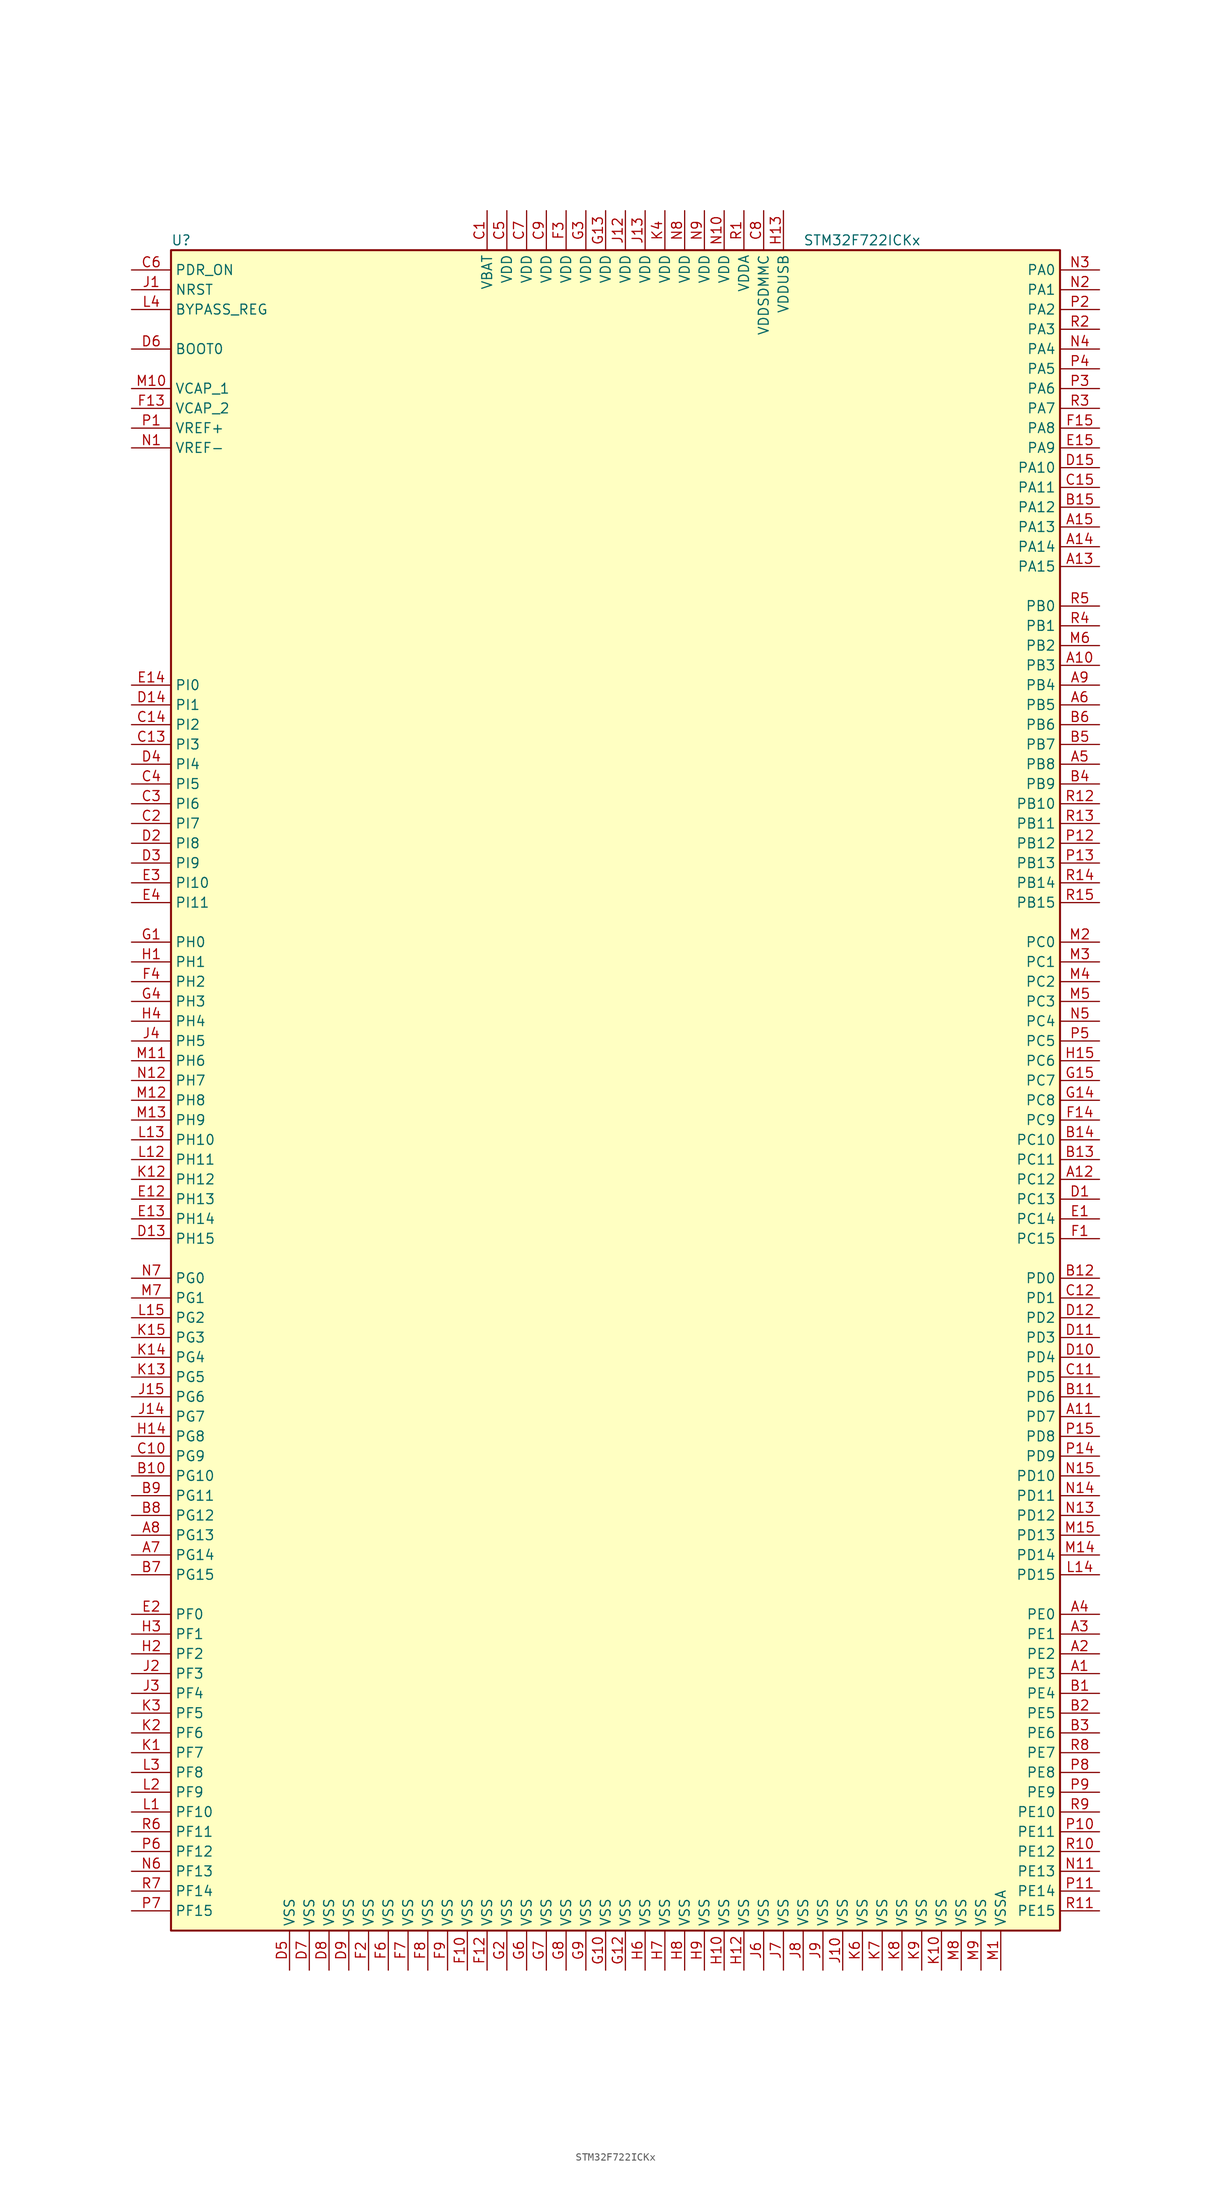
<source format=kicad_sym>
(kicad_symbol_lib
  (version 20201005)
  (generator kicad_symbol_editor)
  (symbol "STM32F722ICKx"
    (property "Reference" "U"
      (at -58.42 107.95 0)
      (effects (font (size 1.27 1.27)) (justify left)))
    (property "Value" "STM32F722ICKx"
      (at 22.86 107.95 0)
      (effects (font (size 1.27 1.27)) (justify left)))
    (symbol "STM32F722ICKx_0_1"
      (rectangle (start -58.42 -109.22) (end 55.88 106.68) (stroke (width 0.254)) (fill (type background))))
    (symbol "STM32F722ICKx_1_1"
      (pin bidirectional line (at 60.96 -76.2 180) (length 5.08) (name "PE3" (effects (font (size 1.27 1.27)))) (number "A1" (effects (font (size 1.27 1.27)))))
      (pin bidirectional line (at 60.96 53.34 180) (length 5.08) (name "PB3" (effects (font (size 1.27 1.27)))) (number "A10" (effects (font (size 1.27 1.27)))))
      (pin bidirectional line (at 60.96 -43.18 180) (length 5.08) (name "PD7" (effects (font (size 1.27 1.27)))) (number "A11" (effects (font (size 1.27 1.27)))))
      (pin bidirectional line (at 60.96 -12.7 180) (length 5.08) (name "PC12" (effects (font (size 1.27 1.27)))) (number "A12" (effects (font (size 1.27 1.27)))))
      (pin bidirectional line (at 60.96 66.04 180) (length 5.08) (name "PA15" (effects (font (size 1.27 1.27)))) (number "A13" (effects (font (size 1.27 1.27)))))
      (pin bidirectional line (at 60.96 68.58 180) (length 5.08) (name "PA14" (effects (font (size 1.27 1.27)))) (number "A14" (effects (font (size 1.27 1.27)))))
      (pin bidirectional line (at 60.96 71.12 180) (length 5.08) (name "PA13" (effects (font (size 1.27 1.27)))) (number "A15" (effects (font (size 1.27 1.27)))))
      (pin bidirectional line (at 60.96 -73.66 180) (length 5.08) (name "PE2" (effects (font (size 1.27 1.27)))) (number "A2" (effects (font (size 1.27 1.27)))))
      (pin bidirectional line (at 60.96 -71.12 180) (length 5.08) (name "PE1" (effects (font (size 1.27 1.27)))) (number "A3" (effects (font (size 1.27 1.27)))))
      (pin bidirectional line (at 60.96 -68.58 180) (length 5.08) (name "PE0" (effects (font (size 1.27 1.27)))) (number "A4" (effects (font (size 1.27 1.27)))))
      (pin bidirectional line (at 60.96 40.64 180) (length 5.08) (name "PB8" (effects (font (size 1.27 1.27)))) (number "A5" (effects (font (size 1.27 1.27)))))
      (pin bidirectional line (at 60.96 48.26 180) (length 5.08) (name "PB5" (effects (font (size 1.27 1.27)))) (number "A6" (effects (font (size 1.27 1.27)))))
      (pin bidirectional line (at -63.5 -60.96 0) (length 5.08) (name "PG14" (effects (font (size 1.27 1.27)))) (number "A7" (effects (font (size 1.27 1.27)))))
      (pin bidirectional line (at -63.5 -58.42 0) (length 5.08) (name "PG13" (effects (font (size 1.27 1.27)))) (number "A8" (effects (font (size 1.27 1.27)))))
      (pin bidirectional line (at 60.96 50.8 180) (length 5.08) (name "PB4" (effects (font (size 1.27 1.27)))) (number "A9" (effects (font (size 1.27 1.27)))))
      (pin bidirectional line (at 60.96 -78.74 180) (length 5.08) (name "PE4" (effects (font (size 1.27 1.27)))) (number "B1" (effects (font (size 1.27 1.27)))))
      (pin bidirectional line (at -63.5 -50.8 0) (length 5.08) (name "PG10" (effects (font (size 1.27 1.27)))) (number "B10" (effects (font (size 1.27 1.27)))))
      (pin bidirectional line (at 60.96 -40.64 180) (length 5.08) (name "PD6" (effects (font (size 1.27 1.27)))) (number "B11" (effects (font (size 1.27 1.27)))))
      (pin bidirectional line (at 60.96 -25.4 180) (length 5.08) (name "PD0" (effects (font (size 1.27 1.27)))) (number "B12" (effects (font (size 1.27 1.27)))))
      (pin bidirectional line (at 60.96 -10.16 180) (length 5.08) (name "PC11" (effects (font (size 1.27 1.27)))) (number "B13" (effects (font (size 1.27 1.27)))))
      (pin bidirectional line (at 60.96 -7.62 180) (length 5.08) (name "PC10" (effects (font (size 1.27 1.27)))) (number "B14" (effects (font (size 1.27 1.27)))))
      (pin bidirectional line (at 60.96 73.66 180) (length 5.08) (name "PA12" (effects (font (size 1.27 1.27)))) (number "B15" (effects (font (size 1.27 1.27)))))
      (pin bidirectional line (at 60.96 -81.28 180) (length 5.08) (name "PE5" (effects (font (size 1.27 1.27)))) (number "B2" (effects (font (size 1.27 1.27)))))
      (pin bidirectional line (at 60.96 -83.82 180) (length 5.08) (name "PE6" (effects (font (size 1.27 1.27)))) (number "B3" (effects (font (size 1.27 1.27)))))
      (pin bidirectional line (at 60.96 38.1 180) (length 5.08) (name "PB9" (effects (font (size 1.27 1.27)))) (number "B4" (effects (font (size 1.27 1.27)))))
      (pin bidirectional line (at 60.96 43.18 180) (length 5.08) (name "PB7" (effects (font (size 1.27 1.27)))) (number "B5" (effects (font (size 1.27 1.27)))))
      (pin bidirectional line (at 60.96 45.72 180) (length 5.08) (name "PB6" (effects (font (size 1.27 1.27)))) (number "B6" (effects (font (size 1.27 1.27)))))
      (pin bidirectional line (at -63.5 -63.5 0) (length 5.08) (name "PG15" (effects (font (size 1.27 1.27)))) (number "B7" (effects (font (size 1.27 1.27)))))
      (pin bidirectional line (at -63.5 -55.88 0) (length 5.08) (name "PG12" (effects (font (size 1.27 1.27)))) (number "B8" (effects (font (size 1.27 1.27)))))
      (pin bidirectional line (at -63.5 -53.34 0) (length 5.08) (name "PG11" (effects (font (size 1.27 1.27)))) (number "B9" (effects (font (size 1.27 1.27)))))
      (pin power_in line (at -17.78 111.76 270) (length 5.08) (name "VBAT" (effects (font (size 1.27 1.27)))) (number "C1" (effects (font (size 1.27 1.27)))))
      (pin bidirectional line (at -63.5 -48.26 0) (length 5.08) (name "PG9" (effects (font (size 1.27 1.27)))) (number "C10" (effects (font (size 1.27 1.27)))))
      (pin bidirectional line (at 60.96 -38.1 180) (length 5.08) (name "PD5" (effects (font (size 1.27 1.27)))) (number "C11" (effects (font (size 1.27 1.27)))))
      (pin bidirectional line (at 60.96 -27.94 180) (length 5.08) (name "PD1" (effects (font (size 1.27 1.27)))) (number "C12" (effects (font (size 1.27 1.27)))))
      (pin bidirectional line (at -63.5 43.18 0) (length 5.08) (name "PI3" (effects (font (size 1.27 1.27)))) (number "C13" (effects (font (size 1.27 1.27)))))
      (pin bidirectional line (at -63.5 45.72 0) (length 5.08) (name "PI2" (effects (font (size 1.27 1.27)))) (number "C14" (effects (font (size 1.27 1.27)))))
      (pin bidirectional line (at 60.96 76.2 180) (length 5.08) (name "PA11" (effects (font (size 1.27 1.27)))) (number "C15" (effects (font (size 1.27 1.27)))))
      (pin bidirectional line (at -63.5 33.02 0) (length 5.08) (name "PI7" (effects (font (size 1.27 1.27)))) (number "C2" (effects (font (size 1.27 1.27)))))
      (pin bidirectional line (at -63.5 35.56 0) (length 5.08) (name "PI6" (effects (font (size 1.27 1.27)))) (number "C3" (effects (font (size 1.27 1.27)))))
      (pin bidirectional line (at -63.5 38.1 0) (length 5.08) (name "PI5" (effects (font (size 1.27 1.27)))) (number "C4" (effects (font (size 1.27 1.27)))))
      (pin power_in line (at -15.24 111.76 270) (length 5.08) (name "VDD" (effects (font (size 1.27 1.27)))) (number "C5" (effects (font (size 1.27 1.27)))))
      (pin input line (at -63.5 104.14 0) (length 5.08) (name "PDR_ON" (effects (font (size 1.27 1.27)))) (number "C6" (effects (font (size 1.27 1.27)))))
      (pin power_in line (at -12.7 111.76 270) (length 5.08) (name "VDD" (effects (font (size 1.27 1.27)))) (number "C7" (effects (font (size 1.27 1.27)))))
      (pin power_in line (at 17.78 111.76 270) (length 5.08) (name "VDDSDMMC" (effects (font (size 1.27 1.27)))) (number "C8" (effects (font (size 1.27 1.27)))))
      (pin power_in line (at -10.16 111.76 270) (length 5.08) (name "VDD" (effects (font (size 1.27 1.27)))) (number "C9" (effects (font (size 1.27 1.27)))))
      (pin bidirectional line (at 60.96 -15.24 180) (length 5.08) (name "PC13" (effects (font (size 1.27 1.27)))) (number "D1" (effects (font (size 1.27 1.27)))))
      (pin bidirectional line (at 60.96 -35.56 180) (length 5.08) (name "PD4" (effects (font (size 1.27 1.27)))) (number "D10" (effects (font (size 1.27 1.27)))))
      (pin bidirectional line (at 60.96 -33.02 180) (length 5.08) (name "PD3" (effects (font (size 1.27 1.27)))) (number "D11" (effects (font (size 1.27 1.27)))))
      (pin bidirectional line (at 60.96 -30.48 180) (length 5.08) (name "PD2" (effects (font (size 1.27 1.27)))) (number "D12" (effects (font (size 1.27 1.27)))))
      (pin bidirectional line (at -63.5 -20.32 0) (length 5.08) (name "PH15" (effects (font (size 1.27 1.27)))) (number "D13" (effects (font (size 1.27 1.27)))))
      (pin bidirectional line (at -63.5 48.26 0) (length 5.08) (name "PI1" (effects (font (size 1.27 1.27)))) (number "D14" (effects (font (size 1.27 1.27)))))
      (pin bidirectional line (at 60.96 78.74 180) (length 5.08) (name "PA10" (effects (font (size 1.27 1.27)))) (number "D15" (effects (font (size 1.27 1.27)))))
      (pin bidirectional line (at -63.5 30.48 0) (length 5.08) (name "PI8" (effects (font (size 1.27 1.27)))) (number "D2" (effects (font (size 1.27 1.27)))))
      (pin bidirectional line (at -63.5 27.94 0) (length 5.08) (name "PI9" (effects (font (size 1.27 1.27)))) (number "D3" (effects (font (size 1.27 1.27)))))
      (pin bidirectional line (at -63.5 40.64 0) (length 5.08) (name "PI4" (effects (font (size 1.27 1.27)))) (number "D4" (effects (font (size 1.27 1.27)))))
      (pin power_in line (at -43.18 -114.3 90) (length 5.08) (name "VSS" (effects (font (size 1.27 1.27)))) (number "D5" (effects (font (size 1.27 1.27)))))
      (pin input line (at -63.5 93.98 0) (length 5.08) (name "BOOT0" (effects (font (size 1.27 1.27)))) (number "D6" (effects (font (size 1.27 1.27)))))
      (pin power_in line (at -40.64 -114.3 90) (length 5.08) (name "VSS" (effects (font (size 1.27 1.27)))) (number "D7" (effects (font (size 1.27 1.27)))))
      (pin power_in line (at -38.1 -114.3 90) (length 5.08) (name "VSS" (effects (font (size 1.27 1.27)))) (number "D8" (effects (font (size 1.27 1.27)))))
      (pin power_in line (at -35.56 -114.3 90) (length 5.08) (name "VSS" (effects (font (size 1.27 1.27)))) (number "D9" (effects (font (size 1.27 1.27)))))
      (pin bidirectional line (at 60.96 -17.78 180) (length 5.08) (name "PC14" (effects (font (size 1.27 1.27)))) (number "E1" (effects (font (size 1.27 1.27)))))
      (pin bidirectional line (at -63.5 -15.24 0) (length 5.08) (name "PH13" (effects (font (size 1.27 1.27)))) (number "E12" (effects (font (size 1.27 1.27)))))
      (pin bidirectional line (at -63.5 -17.78 0) (length 5.08) (name "PH14" (effects (font (size 1.27 1.27)))) (number "E13" (effects (font (size 1.27 1.27)))))
      (pin bidirectional line (at -63.5 50.8 0) (length 5.08) (name "PI0" (effects (font (size 1.27 1.27)))) (number "E14" (effects (font (size 1.27 1.27)))))
      (pin bidirectional line (at 60.96 81.28 180) (length 5.08) (name "PA9" (effects (font (size 1.27 1.27)))) (number "E15" (effects (font (size 1.27 1.27)))))
      (pin bidirectional line (at -63.5 -68.58 0) (length 5.08) (name "PF0" (effects (font (size 1.27 1.27)))) (number "E2" (effects (font (size 1.27 1.27)))))
      (pin bidirectional line (at -63.5 25.4 0) (length 5.08) (name "PI10" (effects (font (size 1.27 1.27)))) (number "E3" (effects (font (size 1.27 1.27)))))
      (pin bidirectional line (at -63.5 22.86 0) (length 5.08) (name "PI11" (effects (font (size 1.27 1.27)))) (number "E4" (effects (font (size 1.27 1.27)))))
      (pin bidirectional line (at 60.96 -20.32 180) (length 5.08) (name "PC15" (effects (font (size 1.27 1.27)))) (number "F1" (effects (font (size 1.27 1.27)))))
      (pin power_in line (at -20.32 -114.3 90) (length 5.08) (name "VSS" (effects (font (size 1.27 1.27)))) (number "F10" (effects (font (size 1.27 1.27)))))
      (pin power_in line (at -17.78 -114.3 90) (length 5.08) (name "VSS" (effects (font (size 1.27 1.27)))) (number "F12" (effects (font (size 1.27 1.27)))))
      (pin power_in line (at -63.5 86.36 0) (length 5.08) (name "VCAP_2" (effects (font (size 1.27 1.27)))) (number "F13" (effects (font (size 1.27 1.27)))))
      (pin bidirectional line (at 60.96 -5.08 180) (length 5.08) (name "PC9" (effects (font (size 1.27 1.27)))) (number "F14" (effects (font (size 1.27 1.27)))))
      (pin bidirectional line (at 60.96 83.82 180) (length 5.08) (name "PA8" (effects (font (size 1.27 1.27)))) (number "F15" (effects (font (size 1.27 1.27)))))
      (pin power_in line (at -33.02 -114.3 90) (length 5.08) (name "VSS" (effects (font (size 1.27 1.27)))) (number "F2" (effects (font (size 1.27 1.27)))))
      (pin power_in line (at -7.62 111.76 270) (length 5.08) (name "VDD" (effects (font (size 1.27 1.27)))) (number "F3" (effects (font (size 1.27 1.27)))))
      (pin bidirectional line (at -63.5 12.7 0) (length 5.08) (name "PH2" (effects (font (size 1.27 1.27)))) (number "F4" (effects (font (size 1.27 1.27)))))
      (pin power_in line (at -30.48 -114.3 90) (length 5.08) (name "VSS" (effects (font (size 1.27 1.27)))) (number "F6" (effects (font (size 1.27 1.27)))))
      (pin power_in line (at -27.94 -114.3 90) (length 5.08) (name "VSS" (effects (font (size 1.27 1.27)))) (number "F7" (effects (font (size 1.27 1.27)))))
      (pin power_in line (at -25.4 -114.3 90) (length 5.08) (name "VSS" (effects (font (size 1.27 1.27)))) (number "F8" (effects (font (size 1.27 1.27)))))
      (pin power_in line (at -22.86 -114.3 90) (length 5.08) (name "VSS" (effects (font (size 1.27 1.27)))) (number "F9" (effects (font (size 1.27 1.27)))))
      (pin input line (at -63.5 17.78 0) (length 5.08) (name "PH0" (effects (font (size 1.27 1.27)))) (number "G1" (effects (font (size 1.27 1.27)))))
      (pin power_in line (at -2.54 -114.3 90) (length 5.08) (name "VSS" (effects (font (size 1.27 1.27)))) (number "G10" (effects (font (size 1.27 1.27)))))
      (pin power_in line (at 0 -114.3 90) (length 5.08) (name "VSS" (effects (font (size 1.27 1.27)))) (number "G12" (effects (font (size 1.27 1.27)))))
      (pin power_in line (at -2.54 111.76 270) (length 5.08) (name "VDD" (effects (font (size 1.27 1.27)))) (number "G13" (effects (font (size 1.27 1.27)))))
      (pin bidirectional line (at 60.96 -2.54 180) (length 5.08) (name "PC8" (effects (font (size 1.27 1.27)))) (number "G14" (effects (font (size 1.27 1.27)))))
      (pin bidirectional line (at 60.96 0 180) (length 5.08) (name "PC7" (effects (font (size 1.27 1.27)))) (number "G15" (effects (font (size 1.27 1.27)))))
      (pin power_in line (at -15.24 -114.3 90) (length 5.08) (name "VSS" (effects (font (size 1.27 1.27)))) (number "G2" (effects (font (size 1.27 1.27)))))
      (pin power_in line (at -5.08 111.76 270) (length 5.08) (name "VDD" (effects (font (size 1.27 1.27)))) (number "G3" (effects (font (size 1.27 1.27)))))
      (pin bidirectional line (at -63.5 10.16 0) (length 5.08) (name "PH3" (effects (font (size 1.27 1.27)))) (number "G4" (effects (font (size 1.27 1.27)))))
      (pin power_in line (at -12.7 -114.3 90) (length 5.08) (name "VSS" (effects (font (size 1.27 1.27)))) (number "G6" (effects (font (size 1.27 1.27)))))
      (pin power_in line (at -10.16 -114.3 90) (length 5.08) (name "VSS" (effects (font (size 1.27 1.27)))) (number "G7" (effects (font (size 1.27 1.27)))))
      (pin power_in line (at -7.62 -114.3 90) (length 5.08) (name "VSS" (effects (font (size 1.27 1.27)))) (number "G8" (effects (font (size 1.27 1.27)))))
      (pin power_in line (at -5.08 -114.3 90) (length 5.08) (name "VSS" (effects (font (size 1.27 1.27)))) (number "G9" (effects (font (size 1.27 1.27)))))
      (pin input line (at -63.5 15.24 0) (length 5.08) (name "PH1" (effects (font (size 1.27 1.27)))) (number "H1" (effects (font (size 1.27 1.27)))))
      (pin power_in line (at 12.7 -114.3 90) (length 5.08) (name "VSS" (effects (font (size 1.27 1.27)))) (number "H10" (effects (font (size 1.27 1.27)))))
      (pin power_in line (at 15.24 -114.3 90) (length 5.08) (name "VSS" (effects (font (size 1.27 1.27)))) (number "H12" (effects (font (size 1.27 1.27)))))
      (pin power_in line (at 20.32 111.76 270) (length 5.08) (name "VDDUSB" (effects (font (size 1.27 1.27)))) (number "H13" (effects (font (size 1.27 1.27)))))
      (pin bidirectional line (at -63.5 -45.72 0) (length 5.08) (name "PG8" (effects (font (size 1.27 1.27)))) (number "H14" (effects (font (size 1.27 1.27)))))
      (pin bidirectional line (at 60.96 2.54 180) (length 5.08) (name "PC6" (effects (font (size 1.27 1.27)))) (number "H15" (effects (font (size 1.27 1.27)))))
      (pin bidirectional line (at -63.5 -73.66 0) (length 5.08) (name "PF2" (effects (font (size 1.27 1.27)))) (number "H2" (effects (font (size 1.27 1.27)))))
      (pin bidirectional line (at -63.5 -71.12 0) (length 5.08) (name "PF1" (effects (font (size 1.27 1.27)))) (number "H3" (effects (font (size 1.27 1.27)))))
      (pin bidirectional line (at -63.5 7.62 0) (length 5.08) (name "PH4" (effects (font (size 1.27 1.27)))) (number "H4" (effects (font (size 1.27 1.27)))))
      (pin power_in line (at 2.54 -114.3 90) (length 5.08) (name "VSS" (effects (font (size 1.27 1.27)))) (number "H6" (effects (font (size 1.27 1.27)))))
      (pin power_in line (at 5.08 -114.3 90) (length 5.08) (name "VSS" (effects (font (size 1.27 1.27)))) (number "H7" (effects (font (size 1.27 1.27)))))
      (pin power_in line (at 7.62 -114.3 90) (length 5.08) (name "VSS" (effects (font (size 1.27 1.27)))) (number "H8" (effects (font (size 1.27 1.27)))))
      (pin power_in line (at 10.16 -114.3 90) (length 5.08) (name "VSS" (effects (font (size 1.27 1.27)))) (number "H9" (effects (font (size 1.27 1.27)))))
      (pin input line (at -63.5 101.6 0) (length 5.08) (name "NRST" (effects (font (size 1.27 1.27)))) (number "J1" (effects (font (size 1.27 1.27)))))
      (pin power_in line (at 27.94 -114.3 90) (length 5.08) (name "VSS" (effects (font (size 1.27 1.27)))) (number "J10" (effects (font (size 1.27 1.27)))))
      (pin power_in line (at 0 111.76 270) (length 5.08) (name "VDD" (effects (font (size 1.27 1.27)))) (number "J12" (effects (font (size 1.27 1.27)))))
      (pin power_in line (at 2.54 111.76 270) (length 5.08) (name "VDD" (effects (font (size 1.27 1.27)))) (number "J13" (effects (font (size 1.27 1.27)))))
      (pin bidirectional line (at -63.5 -43.18 0) (length 5.08) (name "PG7" (effects (font (size 1.27 1.27)))) (number "J14" (effects (font (size 1.27 1.27)))))
      (pin bidirectional line (at -63.5 -40.64 0) (length 5.08) (name "PG6" (effects (font (size 1.27 1.27)))) (number "J15" (effects (font (size 1.27 1.27)))))
      (pin bidirectional line (at -63.5 -76.2 0) (length 5.08) (name "PF3" (effects (font (size 1.27 1.27)))) (number "J2" (effects (font (size 1.27 1.27)))))
      (pin bidirectional line (at -63.5 -78.74 0) (length 5.08) (name "PF4" (effects (font (size 1.27 1.27)))) (number "J3" (effects (font (size 1.27 1.27)))))
      (pin bidirectional line (at -63.5 5.08 0) (length 5.08) (name "PH5" (effects (font (size 1.27 1.27)))) (number "J4" (effects (font (size 1.27 1.27)))))
      (pin power_in line (at 17.78 -114.3 90) (length 5.08) (name "VSS" (effects (font (size 1.27 1.27)))) (number "J6" (effects (font (size 1.27 1.27)))))
      (pin power_in line (at 20.32 -114.3 90) (length 5.08) (name "VSS" (effects (font (size 1.27 1.27)))) (number "J7" (effects (font (size 1.27 1.27)))))
      (pin power_in line (at 22.86 -114.3 90) (length 5.08) (name "VSS" (effects (font (size 1.27 1.27)))) (number "J8" (effects (font (size 1.27 1.27)))))
      (pin power_in line (at 25.4 -114.3 90) (length 5.08) (name "VSS" (effects (font (size 1.27 1.27)))) (number "J9" (effects (font (size 1.27 1.27)))))
      (pin bidirectional line (at -63.5 -86.36 0) (length 5.08) (name "PF7" (effects (font (size 1.27 1.27)))) (number "K1" (effects (font (size 1.27 1.27)))))
      (pin power_in line (at 40.64 -114.3 90) (length 5.08) (name "VSS" (effects (font (size 1.27 1.27)))) (number "K10" (effects (font (size 1.27 1.27)))))
      (pin bidirectional line (at -63.5 -12.7 0) (length 5.08) (name "PH12" (effects (font (size 1.27 1.27)))) (number "K12" (effects (font (size 1.27 1.27)))))
      (pin bidirectional line (at -63.5 -38.1 0) (length 5.08) (name "PG5" (effects (font (size 1.27 1.27)))) (number "K13" (effects (font (size 1.27 1.27)))))
      (pin bidirectional line (at -63.5 -35.56 0) (length 5.08) (name "PG4" (effects (font (size 1.27 1.27)))) (number "K14" (effects (font (size 1.27 1.27)))))
      (pin bidirectional line (at -63.5 -33.02 0) (length 5.08) (name "PG3" (effects (font (size 1.27 1.27)))) (number "K15" (effects (font (size 1.27 1.27)))))
      (pin bidirectional line (at -63.5 -83.82 0) (length 5.08) (name "PF6" (effects (font (size 1.27 1.27)))) (number "K2" (effects (font (size 1.27 1.27)))))
      (pin bidirectional line (at -63.5 -81.28 0) (length 5.08) (name "PF5" (effects (font (size 1.27 1.27)))) (number "K3" (effects (font (size 1.27 1.27)))))
      (pin power_in line (at 5.08 111.76 270) (length 5.08) (name "VDD" (effects (font (size 1.27 1.27)))) (number "K4" (effects (font (size 1.27 1.27)))))
      (pin power_in line (at 30.48 -114.3 90) (length 5.08) (name "VSS" (effects (font (size 1.27 1.27)))) (number "K6" (effects (font (size 1.27 1.27)))))
      (pin power_in line (at 33.02 -114.3 90) (length 5.08) (name "VSS" (effects (font (size 1.27 1.27)))) (number "K7" (effects (font (size 1.27 1.27)))))
      (pin power_in line (at 35.56 -114.3 90) (length 5.08) (name "VSS" (effects (font (size 1.27 1.27)))) (number "K8" (effects (font (size 1.27 1.27)))))
      (pin power_in line (at 38.1 -114.3 90) (length 5.08) (name "VSS" (effects (font (size 1.27 1.27)))) (number "K9" (effects (font (size 1.27 1.27)))))
      (pin bidirectional line (at -63.5 -93.98 0) (length 5.08) (name "PF10" (effects (font (size 1.27 1.27)))) (number "L1" (effects (font (size 1.27 1.27)))))
      (pin bidirectional line (at -63.5 -10.16 0) (length 5.08) (name "PH11" (effects (font (size 1.27 1.27)))) (number "L12" (effects (font (size 1.27 1.27)))))
      (pin bidirectional line (at -63.5 -7.62 0) (length 5.08) (name "PH10" (effects (font (size 1.27 1.27)))) (number "L13" (effects (font (size 1.27 1.27)))))
      (pin bidirectional line (at 60.96 -63.5 180) (length 5.08) (name "PD15" (effects (font (size 1.27 1.27)))) (number "L14" (effects (font (size 1.27 1.27)))))
      (pin bidirectional line (at -63.5 -30.48 0) (length 5.08) (name "PG2" (effects (font (size 1.27 1.27)))) (number "L15" (effects (font (size 1.27 1.27)))))
      (pin bidirectional line (at -63.5 -91.44 0) (length 5.08) (name "PF9" (effects (font (size 1.27 1.27)))) (number "L2" (effects (font (size 1.27 1.27)))))
      (pin bidirectional line (at -63.5 -88.9 0) (length 5.08) (name "PF8" (effects (font (size 1.27 1.27)))) (number "L3" (effects (font (size 1.27 1.27)))))
      (pin input line (at -63.5 99.06 0) (length 5.08) (name "BYPASS_REG" (effects (font (size 1.27 1.27)))) (number "L4" (effects (font (size 1.27 1.27)))))
      (pin power_in line (at 48.26 -114.3 90) (length 5.08) (name "VSSA" (effects (font (size 1.27 1.27)))) (number "M1" (effects (font (size 1.27 1.27)))))
      (pin power_in line (at -63.5 88.9 0) (length 5.08) (name "VCAP_1" (effects (font (size 1.27 1.27)))) (number "M10" (effects (font (size 1.27 1.27)))))
      (pin bidirectional line (at -63.5 2.54 0) (length 5.08) (name "PH6" (effects (font (size 1.27 1.27)))) (number "M11" (effects (font (size 1.27 1.27)))))
      (pin bidirectional line (at -63.5 -2.54 0) (length 5.08) (name "PH8" (effects (font (size 1.27 1.27)))) (number "M12" (effects (font (size 1.27 1.27)))))
      (pin bidirectional line (at -63.5 -5.08 0) (length 5.08) (name "PH9" (effects (font (size 1.27 1.27)))) (number "M13" (effects (font (size 1.27 1.27)))))
      (pin bidirectional line (at 60.96 -60.96 180) (length 5.08) (name "PD14" (effects (font (size 1.27 1.27)))) (number "M14" (effects (font (size 1.27 1.27)))))
      (pin bidirectional line (at 60.96 -58.42 180) (length 5.08) (name "PD13" (effects (font (size 1.27 1.27)))) (number "M15" (effects (font (size 1.27 1.27)))))
      (pin bidirectional line (at 60.96 17.78 180) (length 5.08) (name "PC0" (effects (font (size 1.27 1.27)))) (number "M2" (effects (font (size 1.27 1.27)))))
      (pin bidirectional line (at 60.96 15.24 180) (length 5.08) (name "PC1" (effects (font (size 1.27 1.27)))) (number "M3" (effects (font (size 1.27 1.27)))))
      (pin bidirectional line (at 60.96 12.7 180) (length 5.08) (name "PC2" (effects (font (size 1.27 1.27)))) (number "M4" (effects (font (size 1.27 1.27)))))
      (pin bidirectional line (at 60.96 10.16 180) (length 5.08) (name "PC3" (effects (font (size 1.27 1.27)))) (number "M5" (effects (font (size 1.27 1.27)))))
      (pin bidirectional line (at 60.96 55.88 180) (length 5.08) (name "PB2" (effects (font (size 1.27 1.27)))) (number "M6" (effects (font (size 1.27 1.27)))))
      (pin bidirectional line (at -63.5 -27.94 0) (length 5.08) (name "PG1" (effects (font (size 1.27 1.27)))) (number "M7" (effects (font (size 1.27 1.27)))))
      (pin power_in line (at 43.18 -114.3 90) (length 5.08) (name "VSS" (effects (font (size 1.27 1.27)))) (number "M8" (effects (font (size 1.27 1.27)))))
      (pin power_in line (at 45.72 -114.3 90) (length 5.08) (name "VSS" (effects (font (size 1.27 1.27)))) (number "M9" (effects (font (size 1.27 1.27)))))
      (pin power_in line (at -63.5 81.28 0) (length 5.08) (name "VREF-" (effects (font (size 1.27 1.27)))) (number "N1" (effects (font (size 1.27 1.27)))))
      (pin power_in line (at 12.7 111.76 270) (length 5.08) (name "VDD" (effects (font (size 1.27 1.27)))) (number "N10" (effects (font (size 1.27 1.27)))))
      (pin bidirectional line (at 60.96 -101.6 180) (length 5.08) (name "PE13" (effects (font (size 1.27 1.27)))) (number "N11" (effects (font (size 1.27 1.27)))))
      (pin bidirectional line (at -63.5 0 0) (length 5.08) (name "PH7" (effects (font (size 1.27 1.27)))) (number "N12" (effects (font (size 1.27 1.27)))))
      (pin bidirectional line (at 60.96 -55.88 180) (length 5.08) (name "PD12" (effects (font (size 1.27 1.27)))) (number "N13" (effects (font (size 1.27 1.27)))))
      (pin bidirectional line (at 60.96 -53.34 180) (length 5.08) (name "PD11" (effects (font (size 1.27 1.27)))) (number "N14" (effects (font (size 1.27 1.27)))))
      (pin bidirectional line (at 60.96 -50.8 180) (length 5.08) (name "PD10" (effects (font (size 1.27 1.27)))) (number "N15" (effects (font (size 1.27 1.27)))))
      (pin bidirectional line (at 60.96 101.6 180) (length 5.08) (name "PA1" (effects (font (size 1.27 1.27)))) (number "N2" (effects (font (size 1.27 1.27)))))
      (pin bidirectional line (at 60.96 104.14 180) (length 5.08) (name "PA0" (effects (font (size 1.27 1.27)))) (number "N3" (effects (font (size 1.27 1.27)))))
      (pin bidirectional line (at 60.96 93.98 180) (length 5.08) (name "PA4" (effects (font (size 1.27 1.27)))) (number "N4" (effects (font (size 1.27 1.27)))))
      (pin bidirectional line (at 60.96 7.62 180) (length 5.08) (name "PC4" (effects (font (size 1.27 1.27)))) (number "N5" (effects (font (size 1.27 1.27)))))
      (pin bidirectional line (at -63.5 -101.6 0) (length 5.08) (name "PF13" (effects (font (size 1.27 1.27)))) (number "N6" (effects (font (size 1.27 1.27)))))
      (pin bidirectional line (at -63.5 -25.4 0) (length 5.08) (name "PG0" (effects (font (size 1.27 1.27)))) (number "N7" (effects (font (size 1.27 1.27)))))
      (pin power_in line (at 7.62 111.76 270) (length 5.08) (name "VDD" (effects (font (size 1.27 1.27)))) (number "N8" (effects (font (size 1.27 1.27)))))
      (pin power_in line (at 10.16 111.76 270) (length 5.08) (name "VDD" (effects (font (size 1.27 1.27)))) (number "N9" (effects (font (size 1.27 1.27)))))
      (pin power_in line (at -63.5 83.82 0) (length 5.08) (name "VREF+" (effects (font (size 1.27 1.27)))) (number "P1" (effects (font (size 1.27 1.27)))))
      (pin bidirectional line (at 60.96 -96.52 180) (length 5.08) (name "PE11" (effects (font (size 1.27 1.27)))) (number "P10" (effects (font (size 1.27 1.27)))))
      (pin bidirectional line (at 60.96 -104.14 180) (length 5.08) (name "PE14" (effects (font (size 1.27 1.27)))) (number "P11" (effects (font (size 1.27 1.27)))))
      (pin bidirectional line (at 60.96 30.48 180) (length 5.08) (name "PB12" (effects (font (size 1.27 1.27)))) (number "P12" (effects (font (size 1.27 1.27)))))
      (pin bidirectional line (at 60.96 27.94 180) (length 5.08) (name "PB13" (effects (font (size 1.27 1.27)))) (number "P13" (effects (font (size 1.27 1.27)))))
      (pin bidirectional line (at 60.96 -48.26 180) (length 5.08) (name "PD9" (effects (font (size 1.27 1.27)))) (number "P14" (effects (font (size 1.27 1.27)))))
      (pin bidirectional line (at 60.96 -45.72 180) (length 5.08) (name "PD8" (effects (font (size 1.27 1.27)))) (number "P15" (effects (font (size 1.27 1.27)))))
      (pin bidirectional line (at 60.96 99.06 180) (length 5.08) (name "PA2" (effects (font (size 1.27 1.27)))) (number "P2" (effects (font (size 1.27 1.27)))))
      (pin bidirectional line (at 60.96 88.9 180) (length 5.08) (name "PA6" (effects (font (size 1.27 1.27)))) (number "P3" (effects (font (size 1.27 1.27)))))
      (pin bidirectional line (at 60.96 91.44 180) (length 5.08) (name "PA5" (effects (font (size 1.27 1.27)))) (number "P4" (effects (font (size 1.27 1.27)))))
      (pin bidirectional line (at 60.96 5.08 180) (length 5.08) (name "PC5" (effects (font (size 1.27 1.27)))) (number "P5" (effects (font (size 1.27 1.27)))))
      (pin bidirectional line (at -63.5 -99.06 0) (length 5.08) (name "PF12" (effects (font (size 1.27 1.27)))) (number "P6" (effects (font (size 1.27 1.27)))))
      (pin bidirectional line (at -63.5 -106.68 0) (length 5.08) (name "PF15" (effects (font (size 1.27 1.27)))) (number "P7" (effects (font (size 1.27 1.27)))))
      (pin bidirectional line (at 60.96 -88.9 180) (length 5.08) (name "PE8" (effects (font (size 1.27 1.27)))) (number "P8" (effects (font (size 1.27 1.27)))))
      (pin bidirectional line (at 60.96 -91.44 180) (length 5.08) (name "PE9" (effects (font (size 1.27 1.27)))) (number "P9" (effects (font (size 1.27 1.27)))))
      (pin power_in line (at 15.24 111.76 270) (length 5.08) (name "VDDA" (effects (font (size 1.27 1.27)))) (number "R1" (effects (font (size 1.27 1.27)))))
      (pin bidirectional line (at 60.96 -99.06 180) (length 5.08) (name "PE12" (effects (font (size 1.27 1.27)))) (number "R10" (effects (font (size 1.27 1.27)))))
      (pin bidirectional line (at 60.96 -106.68 180) (length 5.08) (name "PE15" (effects (font (size 1.27 1.27)))) (number "R11" (effects (font (size 1.27 1.27)))))
      (pin bidirectional line (at 60.96 35.56 180) (length 5.08) (name "PB10" (effects (font (size 1.27 1.27)))) (number "R12" (effects (font (size 1.27 1.27)))))
      (pin bidirectional line (at 60.96 33.02 180) (length 5.08) (name "PB11" (effects (font (size 1.27 1.27)))) (number "R13" (effects (font (size 1.27 1.27)))))
      (pin bidirectional line (at 60.96 25.4 180) (length 5.08) (name "PB14" (effects (font (size 1.27 1.27)))) (number "R14" (effects (font (size 1.27 1.27)))))
      (pin bidirectional line (at 60.96 22.86 180) (length 5.08) (name "PB15" (effects (font (size 1.27 1.27)))) (number "R15" (effects (font (size 1.27 1.27)))))
      (pin bidirectional line (at 60.96 96.52 180) (length 5.08) (name "PA3" (effects (font (size 1.27 1.27)))) (number "R2" (effects (font (size 1.27 1.27)))))
      (pin bidirectional line (at 60.96 86.36 180) (length 5.08) (name "PA7" (effects (font (size 1.27 1.27)))) (number "R3" (effects (font (size 1.27 1.27)))))
      (pin bidirectional line (at 60.96 58.42 180) (length 5.08) (name "PB1" (effects (font (size 1.27 1.27)))) (number "R4" (effects (font (size 1.27 1.27)))))
      (pin bidirectional line (at 60.96 60.96 180) (length 5.08) (name "PB0" (effects (font (size 1.27 1.27)))) (number "R5" (effects (font (size 1.27 1.27)))))
      (pin bidirectional line (at -63.5 -96.52 0) (length 5.08) (name "PF11" (effects (font (size 1.27 1.27)))) (number "R6" (effects (font (size 1.27 1.27)))))
      (pin bidirectional line (at -63.5 -104.14 0) (length 5.08) (name "PF14" (effects (font (size 1.27 1.27)))) (number "R7" (effects (font (size 1.27 1.27)))))
      (pin bidirectional line (at 60.96 -86.36 180) (length 5.08) (name "PE7" (effects (font (size 1.27 1.27)))) (number "R8" (effects (font (size 1.27 1.27)))))
      (pin bidirectional line (at 60.96 -93.98 180) (length 5.08) (name "PE10" (effects (font (size 1.27 1.27)))) (number "R9" (effects (font (size 1.27 1.27))))))))
</source>
